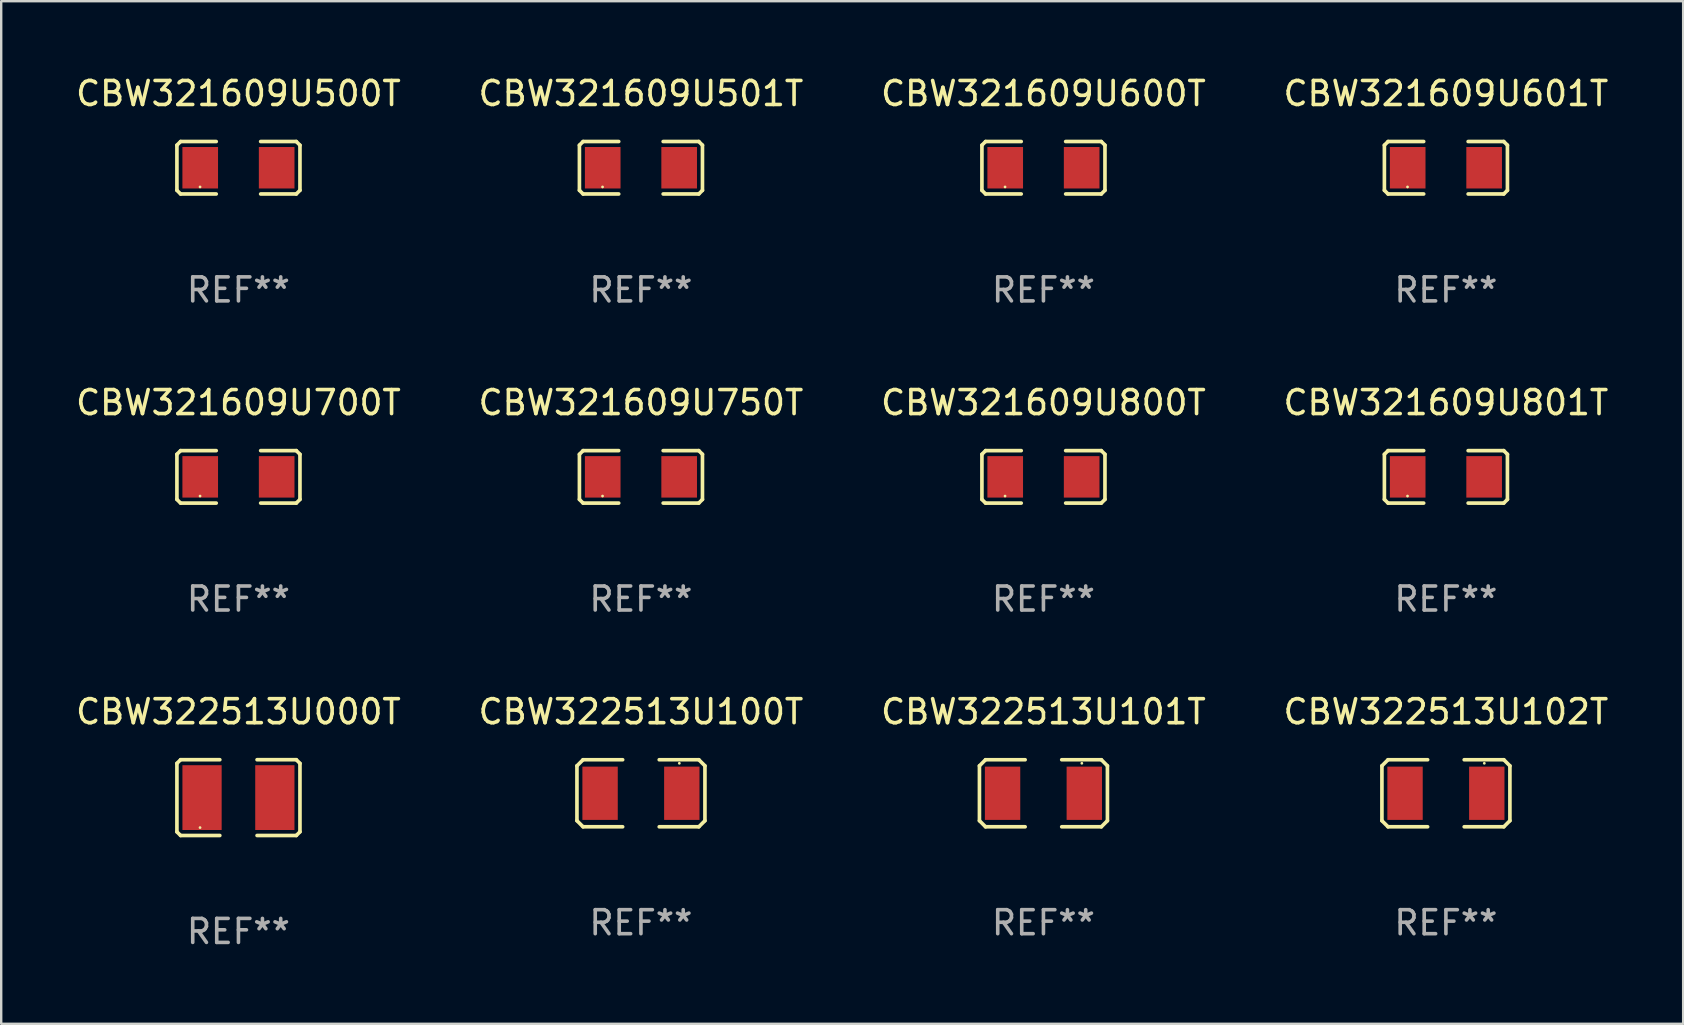
<source format=kicad_pcb>
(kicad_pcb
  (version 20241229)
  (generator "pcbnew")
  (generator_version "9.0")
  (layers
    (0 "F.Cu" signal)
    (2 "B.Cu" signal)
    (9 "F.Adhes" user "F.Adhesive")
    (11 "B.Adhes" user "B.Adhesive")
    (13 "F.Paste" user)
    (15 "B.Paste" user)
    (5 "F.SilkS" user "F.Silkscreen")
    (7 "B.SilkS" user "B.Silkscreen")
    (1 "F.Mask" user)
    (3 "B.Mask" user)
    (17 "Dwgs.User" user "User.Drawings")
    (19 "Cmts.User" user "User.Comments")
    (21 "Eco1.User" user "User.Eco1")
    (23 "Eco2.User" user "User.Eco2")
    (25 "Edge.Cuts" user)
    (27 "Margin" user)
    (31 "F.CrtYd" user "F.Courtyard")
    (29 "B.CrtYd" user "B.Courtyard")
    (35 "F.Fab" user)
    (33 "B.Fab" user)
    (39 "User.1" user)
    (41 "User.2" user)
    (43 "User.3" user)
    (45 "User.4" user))
  (footprint "CBW322513U100T"
    (layer "F.Cu")
    (at 23.661 30.009)
    (property "Reference" "CBW322513U100T" (at 0 -3.397 0) (layer "F.SilkS") (effects (font (size 1 1) (thickness 0.15))))
    (attr through_hole)
    (fp_line (start -2.667 -1.143) (end -2.413 -1.397) (stroke (width 0.152) (type solid)) (layer "F.SilkS"))
    (fp_line (start -2.667 1.143) (end -2.667 -1.143) (stroke (width 0.152) (type solid)) (layer "F.SilkS"))
    (fp_line (start -2.413 -1.397) (end -0.762 -1.397) (stroke (width 0.152) (type solid)) (layer "F.SilkS"))
    (fp_line (start -2.413 1.397) (end -2.667 1.143) (stroke (width 0.152) (type solid)) (layer "F.SilkS"))
    (fp_line (start -0.762 1.397) (end -2.413 1.397) (stroke (width 0.152) (type solid)) (layer "F.SilkS"))
    (fp_line (start 0.762 -1.397) (end 2.413 -1.397) (stroke (width 0.152) (type solid)) (layer "F.SilkS"))
    (fp_line (start 2.413 -1.397) (end 2.667 -1.143) (stroke (width 0.152) (type solid)) (layer "F.SilkS"))
    (fp_line (start 2.413 1.397) (end 0.762 1.397) (stroke (width 0.152) (type solid)) (layer "F.SilkS"))
    (fp_line (start 2.667 -1.143) (end 2.667 1.143) (stroke (width 0.152) (type solid)) (layer "F.SilkS"))
    (fp_line (start 2.667 1.143) (end 2.413 1.397) (stroke (width 0.152) (type solid)) (layer "F.SilkS"))
    (fp_circle (center 1.6 -1.25) (end 1.63 -1.25) (stroke (width 0.06) (type solid)) (fill no) (layer "F.SilkS"))
    (fp_text user "REF**" (at 0 5.397 0) (layer "F.Fab") (effects (font (size 1 1) (thickness 0.15))))
    (pad "1" smd rect (at 1.703 0) (size 1.474 2.22) (layers "F.Cu" "F.Mask" "F.Paste"))
    (pad "2" smd rect (at -1.703 0) (size 1.474 2.22) (layers "F.Cu" "F.Mask" "F.Paste")))
  (footprint "CBW322513U000T"
    (layer "F.Cu")
    (at 6.887 30.19)
    (property "Reference" "CBW322513U000T" (at 0 -3.579 0) (layer "F.SilkS") (effects (font (size 1 1) (thickness 0.15))))
    (attr through_hole)
    (fp_line (start -2.564 -1.426) (end -2.564 1.426) (stroke (width 0.152) (type solid)) (layer "F.SilkS"))
    (fp_line (start -2.564 1.426) (end -2.411 1.579) (stroke (width 0.152) (type solid)) (layer "F.SilkS"))
    (fp_line (start -2.411 -1.579) (end -2.564 -1.426) (stroke (width 0.152) (type solid)) (layer "F.SilkS"))
    (fp_line (start -2.411 1.579) (end -0.776 1.579) (stroke (width 0.152) (type solid)) (layer "F.SilkS"))
    (fp_line (start -0.776 -1.579) (end -2.411 -1.579) (stroke (width 0.152) (type solid)) (layer "F.SilkS"))
    (fp_line (start 0.776 -1.579) (end 2.411 -1.579) (stroke (width 0.152) (type solid)) (layer "F.SilkS"))
    (fp_line (start 2.411 -1.579) (end 2.564 -1.426) (stroke (width 0.152) (type solid)) (layer "F.SilkS"))
    (fp_line (start 2.411 1.579) (end 0.776 1.579) (stroke (width 0.152) (type solid)) (layer "F.SilkS"))
    (fp_line (start 2.564 -1.426) (end 2.564 1.426) (stroke (width 0.152) (type solid)) (layer "F.SilkS"))
    (fp_line (start 2.564 1.426) (end 2.411 1.579) (stroke (width 0.152) (type solid)) (layer "F.SilkS"))
    (fp_circle (center -1.6 1.25) (end -1.57 1.25) (stroke (width 0.06) (type solid)) (fill no) (layer "F.SilkS"))
    (fp_text user "REF**" (at 0 5.579 0) (layer "F.Fab") (effects (font (size 1 1) (thickness 0.15))))
    (pad "1" smd rect (at -1.517 -0.000013) (size 1.635 2.7) (layers "F.Cu" "F.Mask" "F.Paste"))
    (pad "2" smd rect (at 1.517 -0.000013) (size 1.635 2.7) (layers "F.Cu" "F.Mask" "F.Paste")))
  (footprint "CBW322513U101T"
    (layer "F.Cu")
    (at 40.435 30.009)
    (property "Reference" "CBW322513U101T" (at 0 -3.397 0) (layer "F.SilkS") (effects (font (size 1 1) (thickness 0.15))))
    (attr through_hole)
    (fp_line (start -2.667 -1.143) (end -2.413 -1.397) (stroke (width 0.152) (type solid)) (layer "F.SilkS"))
    (fp_line (start -2.667 1.143) (end -2.667 -1.143) (stroke (width 0.152) (type solid)) (layer "F.SilkS"))
    (fp_line (start -2.413 -1.397) (end -0.762 -1.397) (stroke (width 0.152) (type solid)) (layer "F.SilkS"))
    (fp_line (start -2.413 1.397) (end -2.667 1.143) (stroke (width 0.152) (type solid)) (layer "F.SilkS"))
    (fp_line (start -0.762 1.397) (end -2.413 1.397) (stroke (width 0.152) (type solid)) (layer "F.SilkS"))
    (fp_line (start 0.762 -1.397) (end 2.413 -1.397) (stroke (width 0.152) (type solid)) (layer "F.SilkS"))
    (fp_line (start 2.413 -1.397) (end 2.667 -1.143) (stroke (width 0.152) (type solid)) (layer "F.SilkS"))
    (fp_line (start 2.413 1.397) (end 0.762 1.397) (stroke (width 0.152) (type solid)) (layer "F.SilkS"))
    (fp_line (start 2.667 -1.143) (end 2.667 1.143) (stroke (width 0.152) (type solid)) (layer "F.SilkS"))
    (fp_line (start 2.667 1.143) (end 2.413 1.397) (stroke (width 0.152) (type solid)) (layer "F.SilkS"))
    (fp_circle (center 1.6 -1.25) (end 1.63 -1.25) (stroke (width 0.06) (type solid)) (fill no) (layer "F.SilkS"))
    (fp_text user "REF**" (at 0 5.397 0) (layer "F.Fab") (effects (font (size 1 1) (thickness 0.15))))
    (pad "1" smd rect (at 1.703 0) (size 1.474 2.22) (layers "F.Cu" "F.Mask" "F.Paste"))
    (pad "2" smd rect (at -1.703 0) (size 1.474 2.22) (layers "F.Cu" "F.Mask" "F.Paste")))
  (footprint "CBW321609U500T"
    (layer "F.Cu")
    (at 6.887 3.941)
    (property "Reference" "CBW321609U500T" (at 0 -3.093 0) (layer "F.SilkS") (effects (font (size 1 1) (thickness 0.15))))
    (attr through_hole)
    (fp_line (start -2.564 -0.94) (end -2.411 -1.093) (stroke (width 0.152) (type solid)) (layer "F.SilkS"))
    (fp_line (start -2.564 0.94) (end -2.564 -0.94) (stroke (width 0.152) (type solid)) (layer "F.SilkS"))
    (fp_line (start -2.411 -1.093) (end -0.926 -1.093) (stroke (width 0.152) (type solid)) (layer "F.SilkS"))
    (fp_line (start -2.411 1.093) (end -2.564 0.94) (stroke (width 0.152) (type solid)) (layer "F.SilkS"))
    (fp_line (start -0.926 1.093) (end -2.411 1.093) (stroke (width 0.152) (type solid)) (layer "F.SilkS"))
    (fp_line (start 0.926 1.093) (end 2.411 1.093) (stroke (width 0.152) (type solid)) (layer "F.SilkS"))
    (fp_line (start 2.411 -1.093) (end 0.926 -1.093) (stroke (width 0.152) (type solid)) (layer "F.SilkS"))
    (fp_line (start 2.411 1.093) (end 2.564 0.94) (stroke (width 0.152) (type solid)) (layer "F.SilkS"))
    (fp_line (start 2.564 -0.94) (end 2.411 -1.093) (stroke (width 0.152) (type solid)) (layer "F.SilkS"))
    (fp_line (start 2.564 0.94) (end 2.564 -0.94) (stroke (width 0.152) (type solid)) (layer "F.SilkS"))
    (fp_circle (center -1.6 0.8) (end -1.57 0.8) (stroke (width 0.06) (type solid)) (fill no) (layer "F.SilkS"))
    (fp_text user "REF**" (at 0 5.093 0) (layer "F.Fab") (effects (font (size 1 1) (thickness 0.15))))
    (pad "1" smd rect (at -1.593 0) (size 1.485 1.728) (layers "F.Cu" "F.Mask" "F.Paste"))
    (pad "2" smd rect (at 1.593 0) (size 1.485 1.728) (layers "F.Cu" "F.Mask" "F.Paste")))
  (footprint "CBW321609U601T"
    (layer "F.Cu")
    (at 57.208 3.941)
    (property "Reference" "CBW321609U601T" (at 0 -3.093 0) (layer "F.SilkS") (effects (font (size 1 1) (thickness 0.15))))
    (attr through_hole)
    (fp_line (start -2.564 -0.94) (end -2.411 -1.093) (stroke (width 0.152) (type solid)) (layer "F.SilkS"))
    (fp_line (start -2.564 0.94) (end -2.564 -0.94) (stroke (width 0.152) (type solid)) (layer "F.SilkS"))
    (fp_line (start -2.411 -1.093) (end -0.926 -1.093) (stroke (width 0.152) (type solid)) (layer "F.SilkS"))
    (fp_line (start -2.411 1.093) (end -2.564 0.94) (stroke (width 0.152) (type solid)) (layer "F.SilkS"))
    (fp_line (start -0.926 1.093) (end -2.411 1.093) (stroke (width 0.152) (type solid)) (layer "F.SilkS"))
    (fp_line (start 0.926 1.093) (end 2.411 1.093) (stroke (width 0.152) (type solid)) (layer "F.SilkS"))
    (fp_line (start 2.411 -1.093) (end 0.926 -1.093) (stroke (width 0.152) (type solid)) (layer "F.SilkS"))
    (fp_line (start 2.411 1.093) (end 2.564 0.94) (stroke (width 0.152) (type solid)) (layer "F.SilkS"))
    (fp_line (start 2.564 -0.94) (end 2.411 -1.093) (stroke (width 0.152) (type solid)) (layer "F.SilkS"))
    (fp_line (start 2.564 0.94) (end 2.564 -0.94) (stroke (width 0.152) (type solid)) (layer "F.SilkS"))
    (fp_circle (center -1.6 0.8) (end -1.57 0.8) (stroke (width 0.06) (type solid)) (fill no) (layer "F.SilkS"))
    (fp_text user "REF**" (at 0 5.093 0) (layer "F.Fab") (effects (font (size 1 1) (thickness 0.15))))
    (pad "1" smd rect (at -1.593 0) (size 1.485 1.728) (layers "F.Cu" "F.Mask" "F.Paste"))
    (pad "2" smd rect (at 1.593 0) (size 1.485 1.728) (layers "F.Cu" "F.Mask" "F.Paste")))
  (footprint "CBW321609U750T"
    (layer "F.Cu")
    (at 23.661 16.823)
    (property "Reference" "CBW321609U750T" (at 0 -3.093 0) (layer "F.SilkS") (effects (font (size 1 1) (thickness 0.15))))
    (attr through_hole)
    (fp_line (start -2.564 -0.94) (end -2.411 -1.093) (stroke (width 0.152) (type solid)) (layer "F.SilkS"))
    (fp_line (start -2.564 0.94) (end -2.564 -0.94) (stroke (width 0.152) (type solid)) (layer "F.SilkS"))
    (fp_line (start -2.411 -1.093) (end -0.926 -1.093) (stroke (width 0.152) (type solid)) (layer "F.SilkS"))
    (fp_line (start -2.411 1.093) (end -2.564 0.94) (stroke (width 0.152) (type solid)) (layer "F.SilkS"))
    (fp_line (start -0.926 1.093) (end -2.411 1.093) (stroke (width 0.152) (type solid)) (layer "F.SilkS"))
    (fp_line (start 0.926 1.093) (end 2.411 1.093) (stroke (width 0.152) (type solid)) (layer "F.SilkS"))
    (fp_line (start 2.411 -1.093) (end 0.926 -1.093) (stroke (width 0.152) (type solid)) (layer "F.SilkS"))
    (fp_line (start 2.411 1.093) (end 2.564 0.94) (stroke (width 0.152) (type solid)) (layer "F.SilkS"))
    (fp_line (start 2.564 -0.94) (end 2.411 -1.093) (stroke (width 0.152) (type solid)) (layer "F.SilkS"))
    (fp_line (start 2.564 0.94) (end 2.564 -0.94) (stroke (width 0.152) (type solid)) (layer "F.SilkS"))
    (fp_circle (center -1.6 0.8) (end -1.57 0.8) (stroke (width 0.06) (type solid)) (fill no) (layer "F.SilkS"))
    (fp_text user "REF**" (at 0 5.093 0) (layer "F.Fab") (effects (font (size 1 1) (thickness 0.15))))
    (pad "1" smd rect (at -1.593 0) (size 1.485 1.728) (layers "F.Cu" "F.Mask" "F.Paste"))
    (pad "2" smd rect (at 1.593 0) (size 1.485 1.728) (layers "F.Cu" "F.Mask" "F.Paste")))
  (footprint "CBW321609U800T"
    (layer "F.Cu")
    (at 40.435 16.823)
    (property "Reference" "CBW321609U800T" (at 0 -3.093 0) (layer "F.SilkS") (effects (font (size 1 1) (thickness 0.15))))
    (attr through_hole)
    (fp_line (start -2.564 -0.94) (end -2.411 -1.093) (stroke (width 0.152) (type solid)) (layer "F.SilkS"))
    (fp_line (start -2.564 0.94) (end -2.564 -0.94) (stroke (width 0.152) (type solid)) (layer "F.SilkS"))
    (fp_line (start -2.411 -1.093) (end -0.926 -1.093) (stroke (width 0.152) (type solid)) (layer "F.SilkS"))
    (fp_line (start -2.411 1.093) (end -2.564 0.94) (stroke (width 0.152) (type solid)) (layer "F.SilkS"))
    (fp_line (start -0.926 1.093) (end -2.411 1.093) (stroke (width 0.152) (type solid)) (layer "F.SilkS"))
    (fp_line (start 0.926 1.093) (end 2.411 1.093) (stroke (width 0.152) (type solid)) (layer "F.SilkS"))
    (fp_line (start 2.411 -1.093) (end 0.926 -1.093) (stroke (width 0.152) (type solid)) (layer "F.SilkS"))
    (fp_line (start 2.411 1.093) (end 2.564 0.94) (stroke (width 0.152) (type solid)) (layer "F.SilkS"))
    (fp_line (start 2.564 -0.94) (end 2.411 -1.093) (stroke (width 0.152) (type solid)) (layer "F.SilkS"))
    (fp_line (start 2.564 0.94) (end 2.564 -0.94) (stroke (width 0.152) (type solid)) (layer "F.SilkS"))
    (fp_circle (center -1.6 0.8) (end -1.57 0.8) (stroke (width 0.06) (type solid)) (fill no) (layer "F.SilkS"))
    (fp_text user "REF**" (at 0 5.093 0) (layer "F.Fab") (effects (font (size 1 1) (thickness 0.15))))
    (pad "1" smd rect (at -1.593 0) (size 1.485 1.728) (layers "F.Cu" "F.Mask" "F.Paste"))
    (pad "2" smd rect (at 1.593 0) (size 1.485 1.728) (layers "F.Cu" "F.Mask" "F.Paste")))
  (footprint "CBW321609U501T"
    (layer "F.Cu")
    (at 23.661 3.941)
    (property "Reference" "CBW321609U501T" (at 0 -3.093 0) (layer "F.SilkS") (effects (font (size 1 1) (thickness 0.15))))
    (attr through_hole)
    (fp_line (start -2.564 -0.94) (end -2.411 -1.093) (stroke (width 0.152) (type solid)) (layer "F.SilkS"))
    (fp_line (start -2.564 0.94) (end -2.564 -0.94) (stroke (width 0.152) (type solid)) (layer "F.SilkS"))
    (fp_line (start -2.411 -1.093) (end -0.926 -1.093) (stroke (width 0.152) (type solid)) (layer "F.SilkS"))
    (fp_line (start -2.411 1.093) (end -2.564 0.94) (stroke (width 0.152) (type solid)) (layer "F.SilkS"))
    (fp_line (start -0.926 1.093) (end -2.411 1.093) (stroke (width 0.152) (type solid)) (layer "F.SilkS"))
    (fp_line (start 0.926 1.093) (end 2.411 1.093) (stroke (width 0.152) (type solid)) (layer "F.SilkS"))
    (fp_line (start 2.411 -1.093) (end 0.926 -1.093) (stroke (width 0.152) (type solid)) (layer "F.SilkS"))
    (fp_line (start 2.411 1.093) (end 2.564 0.94) (stroke (width 0.152) (type solid)) (layer "F.SilkS"))
    (fp_line (start 2.564 -0.94) (end 2.411 -1.093) (stroke (width 0.152) (type solid)) (layer "F.SilkS"))
    (fp_line (start 2.564 0.94) (end 2.564 -0.94) (stroke (width 0.152) (type solid)) (layer "F.SilkS"))
    (fp_circle (center -1.6 0.8) (end -1.57 0.8) (stroke (width 0.06) (type solid)) (fill no) (layer "F.SilkS"))
    (fp_text user "REF**" (at 0 5.093 0) (layer "F.Fab") (effects (font (size 1 1) (thickness 0.15))))
    (pad "1" smd rect (at -1.593 0) (size 1.485 1.728) (layers "F.Cu" "F.Mask" "F.Paste"))
    (pad "2" smd rect (at 1.593 0) (size 1.485 1.728) (layers "F.Cu" "F.Mask" "F.Paste")))
  (footprint "CBW321609U700T"
    (layer "F.Cu")
    (at 6.887 16.823)
    (property "Reference" "CBW321609U700T" (at 0 -3.093 0) (layer "F.SilkS") (effects (font (size 1 1) (thickness 0.15))))
    (attr through_hole)
    (fp_line (start -2.564 -0.94) (end -2.411 -1.093) (stroke (width 0.152) (type solid)) (layer "F.SilkS"))
    (fp_line (start -2.564 0.94) (end -2.564 -0.94) (stroke (width 0.152) (type solid)) (layer "F.SilkS"))
    (fp_line (start -2.411 -1.093) (end -0.926 -1.093) (stroke (width 0.152) (type solid)) (layer "F.SilkS"))
    (fp_line (start -2.411 1.093) (end -2.564 0.94) (stroke (width 0.152) (type solid)) (layer "F.SilkS"))
    (fp_line (start -0.926 1.093) (end -2.411 1.093) (stroke (width 0.152) (type solid)) (layer "F.SilkS"))
    (fp_line (start 0.926 1.093) (end 2.411 1.093) (stroke (width 0.152) (type solid)) (layer "F.SilkS"))
    (fp_line (start 2.411 -1.093) (end 0.926 -1.093) (stroke (width 0.152) (type solid)) (layer "F.SilkS"))
    (fp_line (start 2.411 1.093) (end 2.564 0.94) (stroke (width 0.152) (type solid)) (layer "F.SilkS"))
    (fp_line (start 2.564 -0.94) (end 2.411 -1.093) (stroke (width 0.152) (type solid)) (layer "F.SilkS"))
    (fp_line (start 2.564 0.94) (end 2.564 -0.94) (stroke (width 0.152) (type solid)) (layer "F.SilkS"))
    (fp_circle (center -1.6 0.8) (end -1.57 0.8) (stroke (width 0.06) (type solid)) (fill no) (layer "F.SilkS"))
    (fp_text user "REF**" (at 0 5.093 0) (layer "F.Fab") (effects (font (size 1 1) (thickness 0.15))))
    (pad "1" smd rect (at -1.593 0) (size 1.485 1.728) (layers "F.Cu" "F.Mask" "F.Paste"))
    (pad "2" smd rect (at 1.593 0) (size 1.485 1.728) (layers "F.Cu" "F.Mask" "F.Paste")))
  (footprint "CBW321609U801T"
    (layer "F.Cu")
    (at 57.208 16.823)
    (property "Reference" "CBW321609U801T" (at 0 -3.093 0) (layer "F.SilkS") (effects (font (size 1 1) (thickness 0.15))))
    (attr through_hole)
    (fp_line (start -2.564 -0.94) (end -2.411 -1.093) (stroke (width 0.152) (type solid)) (layer "F.SilkS"))
    (fp_line (start -2.564 0.94) (end -2.564 -0.94) (stroke (width 0.152) (type solid)) (layer "F.SilkS"))
    (fp_line (start -2.411 -1.093) (end -0.926 -1.093) (stroke (width 0.152) (type solid)) (layer "F.SilkS"))
    (fp_line (start -2.411 1.093) (end -2.564 0.94) (stroke (width 0.152) (type solid)) (layer "F.SilkS"))
    (fp_line (start -0.926 1.093) (end -2.411 1.093) (stroke (width 0.152) (type solid)) (layer "F.SilkS"))
    (fp_line (start 0.926 1.093) (end 2.411 1.093) (stroke (width 0.152) (type solid)) (layer "F.SilkS"))
    (fp_line (start 2.411 -1.093) (end 0.926 -1.093) (stroke (width 0.152) (type solid)) (layer "F.SilkS"))
    (fp_line (start 2.411 1.093) (end 2.564 0.94) (stroke (width 0.152) (type solid)) (layer "F.SilkS"))
    (fp_line (start 2.564 -0.94) (end 2.411 -1.093) (stroke (width 0.152) (type solid)) (layer "F.SilkS"))
    (fp_line (start 2.564 0.94) (end 2.564 -0.94) (stroke (width 0.152) (type solid)) (layer "F.SilkS"))
    (fp_circle (center -1.6 0.8) (end -1.57 0.8) (stroke (width 0.06) (type solid)) (fill no) (layer "F.SilkS"))
    (fp_text user "REF**" (at 0 5.093 0) (layer "F.Fab") (effects (font (size 1 1) (thickness 0.15))))
    (pad "1" smd rect (at -1.593 0) (size 1.485 1.728) (layers "F.Cu" "F.Mask" "F.Paste"))
    (pad "2" smd rect (at 1.593 0) (size 1.485 1.728) (layers "F.Cu" "F.Mask" "F.Paste")))
  (footprint "CBW322513U102T"
    (layer "F.Cu")
    (at 57.208 30.009)
    (property "Reference" "CBW322513U102T" (at 0 -3.397 0) (layer "F.SilkS") (effects (font (size 1 1) (thickness 0.15))))
    (attr through_hole)
    (fp_line (start -2.667 -1.143) (end -2.413 -1.397) (stroke (width 0.152) (type solid)) (layer "F.SilkS"))
    (fp_line (start -2.667 1.143) (end -2.667 -1.143) (stroke (width 0.152) (type solid)) (layer "F.SilkS"))
    (fp_line (start -2.413 -1.397) (end -0.762 -1.397) (stroke (width 0.152) (type solid)) (layer "F.SilkS"))
    (fp_line (start -2.413 1.397) (end -2.667 1.143) (stroke (width 0.152) (type solid)) (layer "F.SilkS"))
    (fp_line (start -0.762 1.397) (end -2.413 1.397) (stroke (width 0.152) (type solid)) (layer "F.SilkS"))
    (fp_line (start 0.762 -1.397) (end 2.413 -1.397) (stroke (width 0.152) (type solid)) (layer "F.SilkS"))
    (fp_line (start 2.413 -1.397) (end 2.667 -1.143) (stroke (width 0.152) (type solid)) (layer "F.SilkS"))
    (fp_line (start 2.413 1.397) (end 0.762 1.397) (stroke (width 0.152) (type solid)) (layer "F.SilkS"))
    (fp_line (start 2.667 -1.143) (end 2.667 1.143) (stroke (width 0.152) (type solid)) (layer "F.SilkS"))
    (fp_line (start 2.667 1.143) (end 2.413 1.397) (stroke (width 0.152) (type solid)) (layer "F.SilkS"))
    (fp_circle (center 1.6 -1.25) (end 1.63 -1.25) (stroke (width 0.06) (type solid)) (fill no) (layer "F.SilkS"))
    (fp_text user "REF**" (at 0 5.397 0) (layer "F.Fab") (effects (font (size 1 1) (thickness 0.15))))
    (pad "1" smd rect (at 1.703 0) (size 1.474 2.22) (layers "F.Cu" "F.Mask" "F.Paste"))
    (pad "2" smd rect (at -1.703 0) (size 1.474 2.22) (layers "F.Cu" "F.Mask" "F.Paste")))
  (footprint "CBW321609U600T"
    (layer "F.Cu")
    (at 40.435 3.941)
    (property "Reference" "CBW321609U600T" (at 0 -3.093 0) (layer "F.SilkS") (effects (font (size 1 1) (thickness 0.15))))
    (attr through_hole)
    (fp_line (start -2.564 -0.94) (end -2.411 -1.093) (stroke (width 0.152) (type solid)) (layer "F.SilkS"))
    (fp_line (start -2.564 0.94) (end -2.564 -0.94) (stroke (width 0.152) (type solid)) (layer "F.SilkS"))
    (fp_line (start -2.411 -1.093) (end -0.926 -1.093) (stroke (width 0.152) (type solid)) (layer "F.SilkS"))
    (fp_line (start -2.411 1.093) (end -2.564 0.94) (stroke (width 0.152) (type solid)) (layer "F.SilkS"))
    (fp_line (start -0.926 1.093) (end -2.411 1.093) (stroke (width 0.152) (type solid)) (layer "F.SilkS"))
    (fp_line (start 0.926 1.093) (end 2.411 1.093) (stroke (width 0.152) (type solid)) (layer "F.SilkS"))
    (fp_line (start 2.411 -1.093) (end 0.926 -1.093) (stroke (width 0.152) (type solid)) (layer "F.SilkS"))
    (fp_line (start 2.411 1.093) (end 2.564 0.94) (stroke (width 0.152) (type solid)) (layer "F.SilkS"))
    (fp_line (start 2.564 -0.94) (end 2.411 -1.093) (stroke (width 0.152) (type solid)) (layer "F.SilkS"))
    (fp_line (start 2.564 0.94) (end 2.564 -0.94) (stroke (width 0.152) (type solid)) (layer "F.SilkS"))
    (fp_circle (center -1.6 0.8) (end -1.57 0.8) (stroke (width 0.06) (type solid)) (fill no) (layer "F.SilkS"))
    (fp_text user "REF**" (at 0 5.093 0) (layer "F.Fab") (effects (font (size 1 1) (thickness 0.15))))
    (pad "1" smd rect (at -1.593 0) (size 1.485 1.728) (layers "F.Cu" "F.Mask" "F.Paste"))
    (pad "2" smd rect (at 1.593 0) (size 1.485 1.728) (layers "F.Cu" "F.Mask" "F.Paste")))
  (gr_rect
    (start -3 -3)
    (end 67.095 39.617)
    (stroke (width 0.1) (type default))
    (fill no)
    (layer "Edge.Cuts")))
</source>
